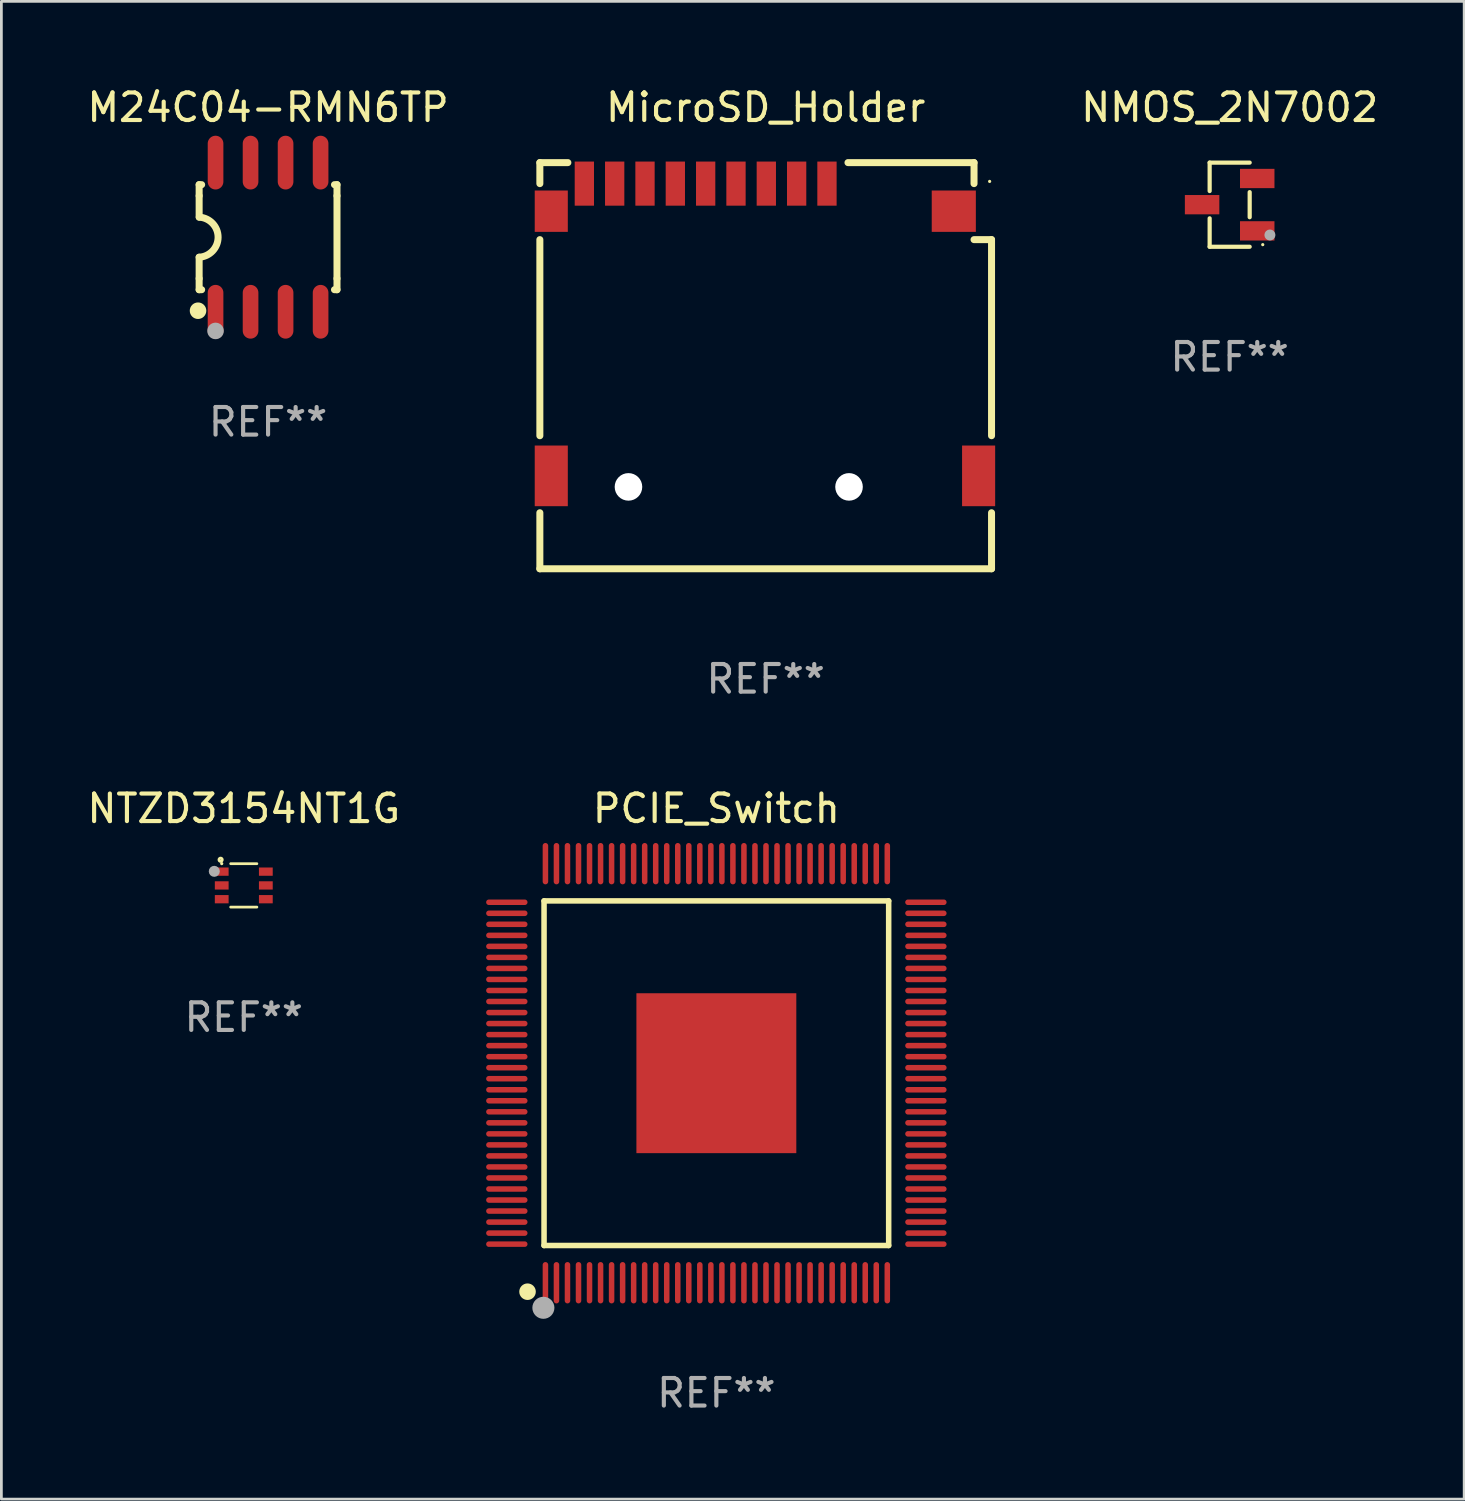
<source format=kicad_pcb>
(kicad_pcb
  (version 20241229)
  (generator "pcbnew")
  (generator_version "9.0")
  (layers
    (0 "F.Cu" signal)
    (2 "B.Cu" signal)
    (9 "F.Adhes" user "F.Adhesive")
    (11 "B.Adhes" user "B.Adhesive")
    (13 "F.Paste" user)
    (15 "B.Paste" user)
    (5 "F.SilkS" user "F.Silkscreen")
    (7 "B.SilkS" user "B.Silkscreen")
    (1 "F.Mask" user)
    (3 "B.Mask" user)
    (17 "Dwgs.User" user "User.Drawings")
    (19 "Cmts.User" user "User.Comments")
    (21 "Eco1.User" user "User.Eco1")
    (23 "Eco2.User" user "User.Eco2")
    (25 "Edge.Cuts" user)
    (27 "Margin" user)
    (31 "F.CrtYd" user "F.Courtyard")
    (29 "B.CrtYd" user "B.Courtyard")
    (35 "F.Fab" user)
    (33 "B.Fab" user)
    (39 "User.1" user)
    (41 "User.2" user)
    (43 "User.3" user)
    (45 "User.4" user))
  (footprint "MicroSD_Holder"
    (layer "F.Cu")
    (at 24.695 8.91)
    (property "Reference" "MicroSD_Holder" (at 0.027 -8.062 0) (layer "F.SilkS") (effects (font (size 1 1) (thickness 0.15))))
    (attr through_hole)
    (fp_line (start -8.164 -6.062) (end -7.148 -6.062) (stroke (width 0.254) (type solid)) (layer "F.SilkS"))
    (fp_line (start -8.164 -5.3) (end -8.164 -6.062) (stroke (width 0.254) (type solid)) (layer "F.SilkS"))
    (fp_line (start -8.164 -3.268) (end -8.164 3.844) (stroke (width 0.254) (type solid)) (layer "F.SilkS"))
    (fp_line (start -8.164 6.638) (end -8.164 8.67) (stroke (width 0.254) (type solid)) (layer "F.SilkS"))
    (fp_line (start -8.164 8.67) (end 8.219 8.67) (stroke (width 0.254) (type solid)) (layer "F.SilkS"))
    (fp_line (start 3.012 -6.062) (end 7.584 -6.062) (stroke (width 0.254) (type solid)) (layer "F.SilkS"))
    (fp_line (start 7.584 -6.062) (end 7.584 -5.3) (stroke (width 0.254) (type solid)) (layer "F.SilkS"))
    (fp_line (start 8.219 -3.268) (end 7.584 -3.268) (stroke (width 0.254) (type solid)) (layer "F.SilkS"))
    (fp_line (start 8.219 3.844) (end 8.219 -3.268) (stroke (width 0.254) (type solid)) (layer "F.SilkS"))
    (fp_line (start 8.219 8.67) (end 8.219 6.638) (stroke (width 0.254) (type solid)) (layer "F.SilkS"))
    (fp_circle (center 8.15 -5.38) (end 8.18 -5.38) (stroke (width 0.06) (type solid)) (fill no) (layer "F.SilkS"))
    (fp_text user "REF**" (at 0.027 12.67 0) (layer "F.Fab") (effects (font (size 1 1) (thickness 0.15))))
    (pad "" np_thru_hole circle (at -4.95 5.7) (size 1 1) (drill 1) (layers "*.Cu" "*.Mask"))
    (pad "" np_thru_hole circle (at 3.05 5.7) (size 1 1) (drill 1) (layers "*.Cu" "*.Mask"))
    (pad "1" smd rect (at 2.25 -5.3) (size 0.7 1.6) (layers "F.Cu" "F.Mask" "F.Paste"))
    (pad "2" smd rect (at 1.15 -5.3) (size 0.7 1.6) (layers "F.Cu" "F.Mask" "F.Paste"))
    (pad "3" smd rect (at 0.05 -5.3) (size 0.7 1.6) (layers "F.Cu" "F.Mask" "F.Paste"))
    (pad "4" smd rect (at -1.05 -5.3) (size 0.7 1.6) (layers "F.Cu" "F.Mask" "F.Paste"))
    (pad "5" smd rect (at -2.15 -5.3) (size 0.7 1.6) (layers "F.Cu" "F.Mask" "F.Paste"))
    (pad "6" smd rect (at -3.25 -5.3) (size 0.7 1.6) (layers "F.Cu" "F.Mask" "F.Paste"))
    (pad "7" smd rect (at -4.35 -5.3) (size 0.7 1.6) (layers "F.Cu" "F.Mask" "F.Paste"))
    (pad "8" smd rect (at -5.45 -5.3) (size 0.7 1.6) (layers "F.Cu" "F.Mask" "F.Paste"))
    (pad "9" smd rect (at -6.55 -5.3) (size 0.7 1.6) (layers "F.Cu" "F.Mask" "F.Paste"))
    (pad "10" smd rect (at -7.75 -4.3) (size 1.2 1.5) (layers "F.Cu" "F.Mask" "F.Paste"))
    (pad "11" smd rect (at -7.75 5.3) (size 1.2 2.2) (layers "F.Cu" "F.Mask" "F.Paste"))
    (pad "12" smd rect (at 6.85 -4.3) (size 1.6 1.5) (layers "F.Cu" "F.Mask" "F.Paste"))
    (pad "13" smd rect (at 7.75 5.3) (size 1.2 2.2) (layers "F.Cu" "F.Mask" "F.Paste")))
  (footprint "NMOS_2N7002"
    (layer "F.Cu")
    (at 41.551 4.374)
    (property "Reference" "NMOS_2N7002" (at 0 -3.526 0) (layer "F.SilkS") (effects (font (size 1 1) (thickness 0.15))))
    (attr through_hole)
    (fp_line (start -0.726 -1.526) (end -0.726 -0.495) (stroke (width 0.152) (type solid)) (layer "F.SilkS"))
    (fp_line (start -0.726 1.526) (end -0.726 0.495) (stroke (width 0.152) (type solid)) (layer "F.SilkS"))
    (fp_line (start 0.726 -1.526) (end -0.726 -1.526) (stroke (width 0.152) (type solid)) (layer "F.SilkS"))
    (fp_line (start 0.726 -0.455) (end 0.726 0.455) (stroke (width 0.152) (type solid)) (layer "F.SilkS"))
    (fp_line (start 0.726 1.526) (end -0.726 1.526) (stroke (width 0.152) (type solid)) (layer "F.SilkS"))
    (fp_circle (center 1.2 1.45) (end 1.23 1.45) (stroke (width 0.06) (type solid)) (fill no) (layer "F.SilkS"))
    (fp_circle (center 1.46 1.1) (end 1.56 1.1) (stroke (width 0.2) (type solid)) (fill no) (layer "F.Fab"))
    (fp_text user "REF**" (at 0 5.526 0) (layer "F.Fab") (effects (font (size 1 1) (thickness 0.15))))
    (pad "1" smd rect (at 1 0.95) (size 1.25 0.7) (layers "F.Cu" "F.Mask" "F.Paste"))
    (pad "2" smd rect (at 1 -0.95) (size 1.25 0.7) (layers "F.Cu" "F.Mask" "F.Paste"))
    (pad "3" smd rect (at -1 0) (size 1.25 0.7) (layers "F.Cu" "F.Mask" "F.Paste")))
  (footprint "PCIE_Switch"
    (layer "F.Cu")
    (at 22.933 35.876)
    (property "Reference" "PCIE_Switch" (at 0 -9.6 0) (layer "F.SilkS") (effects (font (size 1 1) (thickness 0.15))))
    (attr through_hole)
    (fp_line (start -6.25 -6.25) (end 6.25 -6.25) (stroke (width 0.2) (type solid)) (layer "F.SilkS"))
    (fp_line (start -6.25 6.25) (end -6.25 -6.25) (stroke (width 0.2) (type solid)) (layer "F.SilkS"))
    (fp_line (start 6.25 -6.25) (end 6.25 6.25) (stroke (width 0.2) (type solid)) (layer "F.SilkS"))
    (fp_line (start 6.25 6.25) (end -6.25 6.25) (stroke (width 0.2) (type solid)) (layer "F.SilkS"))
    (fp_arc (start -6.847854 7.774956) (mid -6.849334 8.074975) (end -6.849975 7.774953) (stroke (width 0.3) (type solid)) (layer "F.SilkS"))
    (fp_circle (center -6.274 8.509) (end -6.074 8.509) (stroke (width 0.4) (type solid)) (fill no) (layer "F.Fab"))
    (fp_text user "REF**" (at 0 11.6 0) (layer "F.Fab") (effects (font (size 1 1) (thickness 0.15))))
    (pad "1" smd oval (at -6.2 7.6) (size 0.2 1.5) (layers "F.Cu" "F.Mask" "F.Paste"))
    (pad "2" smd oval (at -5.8 7.6) (size 0.2 1.5) (layers "F.Cu" "F.Mask" "F.Paste"))
    (pad "3" smd oval (at -5.4 7.6) (size 0.2 1.5) (layers "F.Cu" "F.Mask" "F.Paste"))
    (pad "4" smd oval (at -5 7.6) (size 0.2 1.5) (layers "F.Cu" "F.Mask" "F.Paste"))
    (pad "5" smd oval (at -4.6 7.6) (size 0.2 1.5) (layers "F.Cu" "F.Mask" "F.Paste"))
    (pad "6" smd oval (at -4.2 7.6) (size 0.2 1.5) (layers "F.Cu" "F.Mask" "F.Paste"))
    (pad "7" smd oval (at -3.8 7.6) (size 0.2 1.5) (layers "F.Cu" "F.Mask" "F.Paste"))
    (pad "8" smd oval (at -3.4 7.6) (size 0.2 1.5) (layers "F.Cu" "F.Mask" "F.Paste"))
    (pad "9" smd oval (at -3 7.6) (size 0.2 1.5) (layers "F.Cu" "F.Mask" "F.Paste"))
    (pad "10" smd oval (at -2.6 7.6) (size 0.2 1.5) (layers "F.Cu" "F.Mask" "F.Paste"))
    (pad "11" smd oval (at -2.2 7.6) (size 0.2 1.5) (layers "F.Cu" "F.Mask" "F.Paste"))
    (pad "12" smd oval (at -1.8 7.6) (size 0.2 1.5) (layers "F.Cu" "F.Mask" "F.Paste"))
    (pad "13" smd oval (at -1.4 7.6) (size 0.2 1.5) (layers "F.Cu" "F.Mask" "F.Paste"))
    (pad "14" smd oval (at -1 7.6) (size 0.2 1.5) (layers "F.Cu" "F.Mask" "F.Paste"))
    (pad "15" smd oval (at -0.6 7.6) (size 0.2 1.5) (layers "F.Cu" "F.Mask" "F.Paste"))
    (pad "16" smd oval (at -0.2 7.6) (size 0.2 1.5) (layers "F.Cu" "F.Mask" "F.Paste"))
    (pad "17" smd oval (at 0.2 7.6) (size 0.2 1.5) (layers "F.Cu" "F.Mask" "F.Paste"))
    (pad "18" smd oval (at 0.6 7.6) (size 0.2 1.5) (layers "F.Cu" "F.Mask" "F.Paste"))
    (pad "19" smd oval (at 1 7.6) (size 0.2 1.5) (layers "F.Cu" "F.Mask" "F.Paste"))
    (pad "20" smd oval (at 1.4 7.6) (size 0.2 1.5) (layers "F.Cu" "F.Mask" "F.Paste"))
    (pad "21" smd oval (at 1.8 7.6) (size 0.2 1.5) (layers "F.Cu" "F.Mask" "F.Paste"))
    (pad "22" smd oval (at 2.2 7.6) (size 0.2 1.5) (layers "F.Cu" "F.Mask" "F.Paste"))
    (pad "23" smd oval (at 2.6 7.6) (size 0.2 1.5) (layers "F.Cu" "F.Mask" "F.Paste"))
    (pad "24" smd oval (at 3 7.6) (size 0.2 1.5) (layers "F.Cu" "F.Mask" "F.Paste"))
    (pad "25" smd oval (at 3.4 7.6) (size 0.2 1.5) (layers "F.Cu" "F.Mask" "F.Paste"))
    (pad "26" smd oval (at 3.8 7.6) (size 0.2 1.5) (layers "F.Cu" "F.Mask" "F.Paste"))
    (pad "27" smd oval (at 4.2 7.6) (size 0.2 1.5) (layers "F.Cu" "F.Mask" "F.Paste"))
    (pad "28" smd oval (at 4.6 7.6) (size 0.2 1.5) (layers "F.Cu" "F.Mask" "F.Paste"))
    (pad "29" smd oval (at 5 7.6) (size 0.2 1.5) (layers "F.Cu" "F.Mask" "F.Paste"))
    (pad "30" smd oval (at 5.4 7.6) (size 0.2 1.5) (layers "F.Cu" "F.Mask" "F.Paste"))
    (pad "31" smd oval (at 5.8 7.6) (size 0.2 1.5) (layers "F.Cu" "F.Mask" "F.Paste"))
    (pad "32" smd oval (at 6.2 7.6) (size 0.2 1.5) (layers "F.Cu" "F.Mask" "F.Paste"))
    (pad "33" smd oval (at 7.6 6.2 90) (size 0.2 1.5) (layers "F.Cu" "F.Mask" "F.Paste"))
    (pad "34" smd oval (at 7.6 5.8 90) (size 0.2 1.5) (layers "F.Cu" "F.Mask" "F.Paste"))
    (pad "35" smd oval (at 7.6 5.4 90) (size 0.2 1.5) (layers "F.Cu" "F.Mask" "F.Paste"))
    (pad "36" smd oval (at 7.6 5 90) (size 0.2 1.5) (layers "F.Cu" "F.Mask" "F.Paste"))
    (pad "37" smd oval (at 7.6 4.6 90) (size 0.2 1.5) (layers "F.Cu" "F.Mask" "F.Paste"))
    (pad "38" smd oval (at 7.6 4.2 90) (size 0.2 1.5) (layers "F.Cu" "F.Mask" "F.Paste"))
    (pad "39" smd oval (at 7.6 3.8 90) (size 0.2 1.5) (layers "F.Cu" "F.Mask" "F.Paste"))
    (pad "40" smd oval (at 7.6 3.4 90) (size 0.2 1.5) (layers "F.Cu" "F.Mask" "F.Paste"))
    (pad "41" smd oval (at 7.6 3 90) (size 0.2 1.5) (layers "F.Cu" "F.Mask" "F.Paste"))
    (pad "42" smd oval (at 7.6 2.6 90) (size 0.2 1.5) (layers "F.Cu" "F.Mask" "F.Paste"))
    (pad "43" smd oval (at 7.6 2.2 90) (size 0.2 1.5) (layers "F.Cu" "F.Mask" "F.Paste"))
    (pad "44" smd oval (at 7.6 1.8 90) (size 0.2 1.5) (layers "F.Cu" "F.Mask" "F.Paste"))
    (pad "45" smd oval (at 7.6 1.4 90) (size 0.2 1.5) (layers "F.Cu" "F.Mask" "F.Paste"))
    (pad "46" smd oval (at 7.6 1 90) (size 0.2 1.5) (layers "F.Cu" "F.Mask" "F.Paste"))
    (pad "47" smd oval (at 7.6 0.6 90) (size 0.2 1.5) (layers "F.Cu" "F.Mask" "F.Paste"))
    (pad "48" smd oval (at 7.6 0.2 90) (size 0.2 1.5) (layers "F.Cu" "F.Mask" "F.Paste"))
    (pad "49" smd oval (at 7.6 -0.2 90) (size 0.2 1.5) (layers "F.Cu" "F.Mask" "F.Paste"))
    (pad "50" smd oval (at 7.6 -0.6 90) (size 0.2 1.5) (layers "F.Cu" "F.Mask" "F.Paste"))
    (pad "51" smd oval (at 7.6 -1 90) (size 0.2 1.5) (layers "F.Cu" "F.Mask" "F.Paste"))
    (pad "52" smd oval (at 7.6 -1.4 90) (size 0.2 1.5) (layers "F.Cu" "F.Mask" "F.Paste"))
    (pad "53" smd oval (at 7.6 -1.8 90) (size 0.2 1.5) (layers "F.Cu" "F.Mask" "F.Paste"))
    (pad "54" smd oval (at 7.6 -2.2 90) (size 0.2 1.5) (layers "F.Cu" "F.Mask" "F.Paste"))
    (pad "55" smd oval (at 7.6 -2.6 90) (size 0.2 1.5) (layers "F.Cu" "F.Mask" "F.Paste"))
    (pad "56" smd oval (at 7.6 -3 90) (size 0.2 1.5) (layers "F.Cu" "F.Mask" "F.Paste"))
    (pad "57" smd oval (at 7.6 -3.4 90) (size 0.2 1.5) (layers "F.Cu" "F.Mask" "F.Paste"))
    (pad "58" smd oval (at 7.6 -3.8 90) (size 0.2 1.5) (layers "F.Cu" "F.Mask" "F.Paste"))
    (pad "59" smd oval (at 7.6 -4.2 90) (size 0.2 1.5) (layers "F.Cu" "F.Mask" "F.Paste"))
    (pad "60" smd oval (at 7.6 -4.6 90) (size 0.2 1.5) (layers "F.Cu" "F.Mask" "F.Paste"))
    (pad "61" smd oval (at 7.6 -5 90) (size 0.2 1.5) (layers "F.Cu" "F.Mask" "F.Paste"))
    (pad "62" smd oval (at 7.6 -5.4 90) (size 0.2 1.5) (layers "F.Cu" "F.Mask" "F.Paste"))
    (pad "63" smd oval (at 7.6 -5.8 90) (size 0.2 1.5) (layers "F.Cu" "F.Mask" "F.Paste"))
    (pad "64" smd oval (at 7.6 -6.2 90) (size 0.2 1.5) (layers "F.Cu" "F.Mask" "F.Paste"))
    (pad "65" smd oval (at 6.2 -7.6 180) (size 0.2 1.5) (layers "F.Cu" "F.Mask" "F.Paste"))
    (pad "66" smd oval (at 5.8 -7.6 180) (size 0.2 1.5) (layers "F.Cu" "F.Mask" "F.Paste"))
    (pad "67" smd oval (at 5.4 -7.6 180) (size 0.2 1.5) (layers "F.Cu" "F.Mask" "F.Paste"))
    (pad "68" smd oval (at 5 -7.6 180) (size 0.2 1.5) (layers "F.Cu" "F.Mask" "F.Paste"))
    (pad "69" smd oval (at 4.6 -7.6 180) (size 0.2 1.5) (layers "F.Cu" "F.Mask" "F.Paste"))
    (pad "70" smd oval (at 4.2 -7.6 180) (size 0.2 1.5) (layers "F.Cu" "F.Mask" "F.Paste"))
    (pad "71" smd oval (at 3.8 -7.6 180) (size 0.2 1.5) (layers "F.Cu" "F.Mask" "F.Paste"))
    (pad "72" smd oval (at 3.4 -7.6 180) (size 0.2 1.5) (layers "F.Cu" "F.Mask" "F.Paste"))
    (pad "73" smd oval (at 3 -7.6 180) (size 0.2 1.5) (layers "F.Cu" "F.Mask" "F.Paste"))
    (pad "74" smd oval (at 2.6 -7.6 180) (size 0.2 1.5) (layers "F.Cu" "F.Mask" "F.Paste"))
    (pad "75" smd oval (at 2.2 -7.6 180) (size 0.2 1.5) (layers "F.Cu" "F.Mask" "F.Paste"))
    (pad "76" smd oval (at 1.8 -7.6 180) (size 0.2 1.5) (layers "F.Cu" "F.Mask" "F.Paste"))
    (pad "77" smd oval (at 1.4 -7.6 180) (size 0.2 1.5) (layers "F.Cu" "F.Mask" "F.Paste"))
    (pad "78" smd oval (at 1 -7.6 180) (size 0.2 1.5) (layers "F.Cu" "F.Mask" "F.Paste"))
    (pad "79" smd oval (at 0.6 -7.6 180) (size 0.2 1.5) (layers "F.Cu" "F.Mask" "F.Paste"))
    (pad "80" smd oval (at 0.2 -7.6 180) (size 0.2 1.5) (layers "F.Cu" "F.Mask" "F.Paste"))
    (pad "81" smd oval (at -0.2 -7.6 180) (size 0.2 1.5) (layers "F.Cu" "F.Mask" "F.Paste"))
    (pad "82" smd oval (at -0.6 -7.6 180) (size 0.2 1.5) (layers "F.Cu" "F.Mask" "F.Paste"))
    (pad "83" smd oval (at -1 -7.6 180) (size 0.2 1.5) (layers "F.Cu" "F.Mask" "F.Paste"))
    (pad "84" smd oval (at -1.4 -7.6 180) (size 0.2 1.5) (layers "F.Cu" "F.Mask" "F.Paste"))
    (pad "85" smd oval (at -1.8 -7.6 180) (size 0.2 1.5) (layers "F.Cu" "F.Mask" "F.Paste"))
    (pad "86" smd oval (at -2.2 -7.6 180) (size 0.2 1.5) (layers "F.Cu" "F.Mask" "F.Paste"))
    (pad "87" smd oval (at -2.6 -7.6 180) (size 0.2 1.5) (layers "F.Cu" "F.Mask" "F.Paste"))
    (pad "88" smd oval (at -3 -7.6 180) (size 0.2 1.5) (layers "F.Cu" "F.Mask" "F.Paste"))
    (pad "89" smd oval (at -3.4 -7.6 180) (size 0.2 1.5) (layers "F.Cu" "F.Mask" "F.Paste"))
    (pad "90" smd oval (at -3.8 -7.6 180) (size 0.2 1.5) (layers "F.Cu" "F.Mask" "F.Paste"))
    (pad "91" smd oval (at -4.2 -7.6 180) (size 0.2 1.5) (layers "F.Cu" "F.Mask" "F.Paste"))
    (pad "92" smd oval (at -4.6 -7.6 180) (size 0.2 1.5) (layers "F.Cu" "F.Mask" "F.Paste"))
    (pad "93" smd oval (at -5 -7.6 180) (size 0.2 1.5) (layers "F.Cu" "F.Mask" "F.Paste"))
    (pad "94" smd oval (at -5.4 -7.6 180) (size 0.2 1.5) (layers "F.Cu" "F.Mask" "F.Paste"))
    (pad "95" smd oval (at -5.8 -7.6 180) (size 0.2 1.5) (layers "F.Cu" "F.Mask" "F.Paste"))
    (pad "96" smd oval (at -6.2 -7.6 180) (size 0.2 1.5) (layers "F.Cu" "F.Mask" "F.Paste"))
    (pad "97" smd oval (at -7.6 -6.2 270) (size 0.2 1.5) (layers "F.Cu" "F.Mask" "F.Paste"))
    (pad "98" smd oval (at -7.6 -5.8 270) (size 0.2 1.5) (layers "F.Cu" "F.Mask" "F.Paste"))
    (pad "99" smd oval (at -7.6 -5.4 270) (size 0.2 1.5) (layers "F.Cu" "F.Mask" "F.Paste"))
    (pad "100" smd oval (at -7.6 -5 270) (size 0.2 1.5) (layers "F.Cu" "F.Mask" "F.Paste"))
    (pad "101" smd oval (at -7.6 -4.6 270) (size 0.2 1.5) (layers "F.Cu" "F.Mask" "F.Paste"))
    (pad "102" smd oval (at -7.6 -4.2 270) (size 0.2 1.5) (layers "F.Cu" "F.Mask" "F.Paste"))
    (pad "103" smd oval (at -7.6 -3.8 270) (size 0.2 1.5) (layers "F.Cu" "F.Mask" "F.Paste"))
    (pad "104" smd oval (at -7.6 -3.4 270) (size 0.2 1.5) (layers "F.Cu" "F.Mask" "F.Paste"))
    (pad "105" smd oval (at -7.6 -3 270) (size 0.2 1.5) (layers "F.Cu" "F.Mask" "F.Paste"))
    (pad "106" smd oval (at -7.6 -2.6 270) (size 0.2 1.5) (layers "F.Cu" "F.Mask" "F.Paste"))
    (pad "107" smd oval (at -7.6 -2.2 270) (size 0.2 1.5) (layers "F.Cu" "F.Mask" "F.Paste"))
    (pad "108" smd oval (at -7.6 -1.8 270) (size 0.2 1.5) (layers "F.Cu" "F.Mask" "F.Paste"))
    (pad "109" smd oval (at -7.6 -1.4 270) (size 0.2 1.5) (layers "F.Cu" "F.Mask" "F.Paste"))
    (pad "110" smd oval (at -7.6 -1 270) (size 0.2 1.5) (layers "F.Cu" "F.Mask" "F.Paste"))
    (pad "111" smd oval (at -7.6 -0.6 270) (size 0.2 1.5) (layers "F.Cu" "F.Mask" "F.Paste"))
    (pad "112" smd oval (at -7.6 -0.2 270) (size 0.2 1.5) (layers "F.Cu" "F.Mask" "F.Paste"))
    (pad "113" smd oval (at -7.6 0.2 270) (size 0.2 1.5) (layers "F.Cu" "F.Mask" "F.Paste"))
    (pad "114" smd oval (at -7.6 0.6 270) (size 0.2 1.5) (layers "F.Cu" "F.Mask" "F.Paste"))
    (pad "115" smd oval (at -7.6 1 270) (size 0.2 1.5) (layers "F.Cu" "F.Mask" "F.Paste"))
    (pad "116" smd oval (at -7.6 1.4 270) (size 0.2 1.5) (layers "F.Cu" "F.Mask" "F.Paste"))
    (pad "117" smd oval (at -7.6 1.8 270) (size 0.2 1.5) (layers "F.Cu" "F.Mask" "F.Paste"))
    (pad "118" smd oval (at -7.6 2.2 270) (size 0.2 1.5) (layers "F.Cu" "F.Mask" "F.Paste"))
    (pad "119" smd oval (at -7.6 2.6 270) (size 0.2 1.5) (layers "F.Cu" "F.Mask" "F.Paste"))
    (pad "120" smd oval (at -7.6 3 270) (size 0.2 1.5) (layers "F.Cu" "F.Mask" "F.Paste"))
    (pad "121" smd oval (at -7.6 3.4 270) (size 0.2 1.5) (layers "F.Cu" "F.Mask" "F.Paste"))
    (pad "122" smd oval (at -7.6 3.8 270) (size 0.2 1.5) (layers "F.Cu" "F.Mask" "F.Paste"))
    (pad "123" smd oval (at -7.6 4.2 270) (size 0.2 1.5) (layers "F.Cu" "F.Mask" "F.Paste"))
    (pad "124" smd oval (at -7.6 4.6 270) (size 0.2 1.5) (layers "F.Cu" "F.Mask" "F.Paste"))
    (pad "125" smd oval (at -7.6 5 270) (size 0.2 1.5) (layers "F.Cu" "F.Mask" "F.Paste"))
    (pad "126" smd oval (at -7.6 5.4 270) (size 0.2 1.5) (layers "F.Cu" "F.Mask" "F.Paste"))
    (pad "127" smd oval (at -7.6 5.8 270) (size 0.2 1.5) (layers "F.Cu" "F.Mask" "F.Paste"))
    (pad "128" smd oval (at -7.6 6.2 270) (size 0.2 1.5) (layers "F.Cu" "F.Mask" "F.Paste"))
    (pad "129" smd rect (at 0 0 180) (size 5.8 5.8) (layers "F.Cu" "F.Mask" "F.Paste")))
  (footprint "M24C04-RMN6TP"
    (layer "F.Cu")
    (at 6.673 5.553)
    (property "Reference" "M24C04-RMN6TP" (at 0 -4.705 0) (layer "F.SilkS") (effects (font (size 1 1) (thickness 0.15))))
    (attr through_hole)
    (fp_line (start -2.5 -1.905) (end -2.409 -1.905) (stroke (width 0.254) (type solid)) (layer "F.SilkS"))
    (fp_line (start -2.5 -1.5) (end -2.5 -1.905) (stroke (width 0.254) (type solid)) (layer "F.SilkS"))
    (fp_line (start -2.5 -1.5) (end -2.5 -0.726) (stroke (width 0.254) (type solid)) (layer "F.SilkS"))
    (fp_line (start -2.5 1.5) (end -2.5 0.727) (stroke (width 0.254) (type solid)) (layer "F.SilkS"))
    (fp_line (start -2.5 1.5) (end -2.5 1.905) (stroke (width 0.254) (type solid)) (layer "F.SilkS"))
    (fp_line (start -2.5 1.905) (end -2.409 1.905) (stroke (width 0.254) (type solid)) (layer "F.SilkS"))
    (fp_line (start 2.5 -1.905) (end 2.409 -1.905) (stroke (width 0.254) (type solid)) (layer "F.SilkS"))
    (fp_line (start 2.5 -1.5) (end 2.5 -1.905) (stroke (width 0.254) (type solid)) (layer "F.SilkS"))
    (fp_line (start 2.5 -1.5) (end 2.5 1.5) (stroke (width 0.254) (type solid)) (layer "F.SilkS"))
    (fp_line (start 2.5 1.5) (end 2.5 1.905) (stroke (width 0.254) (type solid)) (layer "F.SilkS"))
    (fp_line (start 2.5 1.905) (end 2.409 1.905) (stroke (width 0.254) (type solid)) (layer "F.SilkS"))
    (fp_arc (start -2.495098 -0.726289) (mid -1.812145 0.002452) (end -2.499999 0.726568) (stroke (width 0.254001) (type solid)) (layer "F.SilkS"))
    (fp_circle (center -2.54 2.667) (end -2.39 2.667) (stroke (width 0.3) (type solid)) (fill no) (layer "F.SilkS"))
    (fp_circle (center -1.905 3.4) (end -1.755 3.4) (stroke (width 0.3) (type solid)) (fill no) (layer "F.Fab"))
    (fp_text user "REF**" (at 0 6.705 0) (layer "F.Fab") (effects (font (size 1 1) (thickness 0.15))))
    (pad "1" smd oval (at -1.905 2.705) (size 0.568 1.95) (layers "F.Cu" "F.Mask" "F.Paste"))
    (pad "2" smd oval (at -0.635 2.705) (size 0.568 1.95) (layers "F.Cu" "F.Mask" "F.Paste"))
    (pad "3" smd oval (at 0.635 2.705) (size 0.568 1.95) (layers "F.Cu" "F.Mask" "F.Paste"))
    (pad "4" smd oval (at 1.905 2.705) (size 0.568 1.95) (layers "F.Cu" "F.Mask" "F.Paste"))
    (pad "5" smd oval (at 1.905 -2.705) (size 0.568 1.95) (layers "F.Cu" "F.Mask" "F.Paste"))
    (pad "6" smd oval (at 0.635 -2.705) (size 0.568 1.95) (layers "F.Cu" "F.Mask" "F.Paste"))
    (pad "7" smd oval (at -0.635 -2.705) (size 0.568 1.95) (layers "F.Cu" "F.Mask" "F.Paste"))
    (pad "8" smd oval (at -1.905 -2.705) (size 0.568 1.95) (layers "F.Cu" "F.Mask" "F.Paste")))
  (footprint "NTZD3154NT1G"
    (layer "F.Cu")
    (at 5.792 29.065)
    (property "Reference" "NTZD3154NT1G" (at 0 -2.788 0) (layer "F.SilkS") (effects (font (size 1 1) (thickness 0.15))))
    (attr through_hole)
    (fp_line (start 0.475 -0.788) (end -0.475 -0.788) (stroke (width 0.1) (type solid)) (layer "F.SilkS"))
    (fp_line (start 0.475 0.786) (end -0.475 0.786) (stroke (width 0.1) (type solid)) (layer "F.SilkS"))
    (fp_circle (center -0.84 -0.931) (end -0.78 -0.931) (stroke (width 0.102) (type solid)) (fill no) (layer "F.SilkS"))
    (fp_circle (center -0.8 -0.791) (end -0.77 -0.791) (stroke (width 0.06) (type solid)) (fill no) (layer "F.SilkS"))
    (fp_circle (center -1.07 -0.511) (end -0.97 -0.511) (stroke (width 0.2) (type solid)) (fill no) (layer "F.Fab"))
    (fp_text user "REF**" (at 0 4.786 0) (layer "F.Fab") (effects (font (size 1 1) (thickness 0.15))))
    (pad "1" smd rect (at -0.8 -0.5 270) (size 0.3 0.5) (layers "F.Cu" "F.Mask" "F.Paste"))
    (pad "2" smd rect (at -0.8 0 270) (size 0.3 0.5) (layers "F.Cu" "F.Mask" "F.Paste"))
    (pad "3" smd rect (at -0.8 0.5 270) (size 0.3 0.5) (layers "F.Cu" "F.Mask" "F.Paste"))
    (pad "4" smd rect (at 0.8 0.5 270) (size 0.3 0.5) (layers "F.Cu" "F.Mask" "F.Paste"))
    (pad "5" smd rect (at 0.8 0 270) (size 0.3 0.5) (layers "F.Cu" "F.Mask" "F.Paste"))
    (pad "6" smd rect (at 0.8 -0.5 270) (size 0.3 0.5) (layers "F.Cu" "F.Mask" "F.Paste")))
  (gr_rect
    (start -3 -3)
    (end 50.057 51.324)
    (stroke (width 0.1) (type default))
    (fill no)
    (layer "Edge.Cuts")))
</source>
